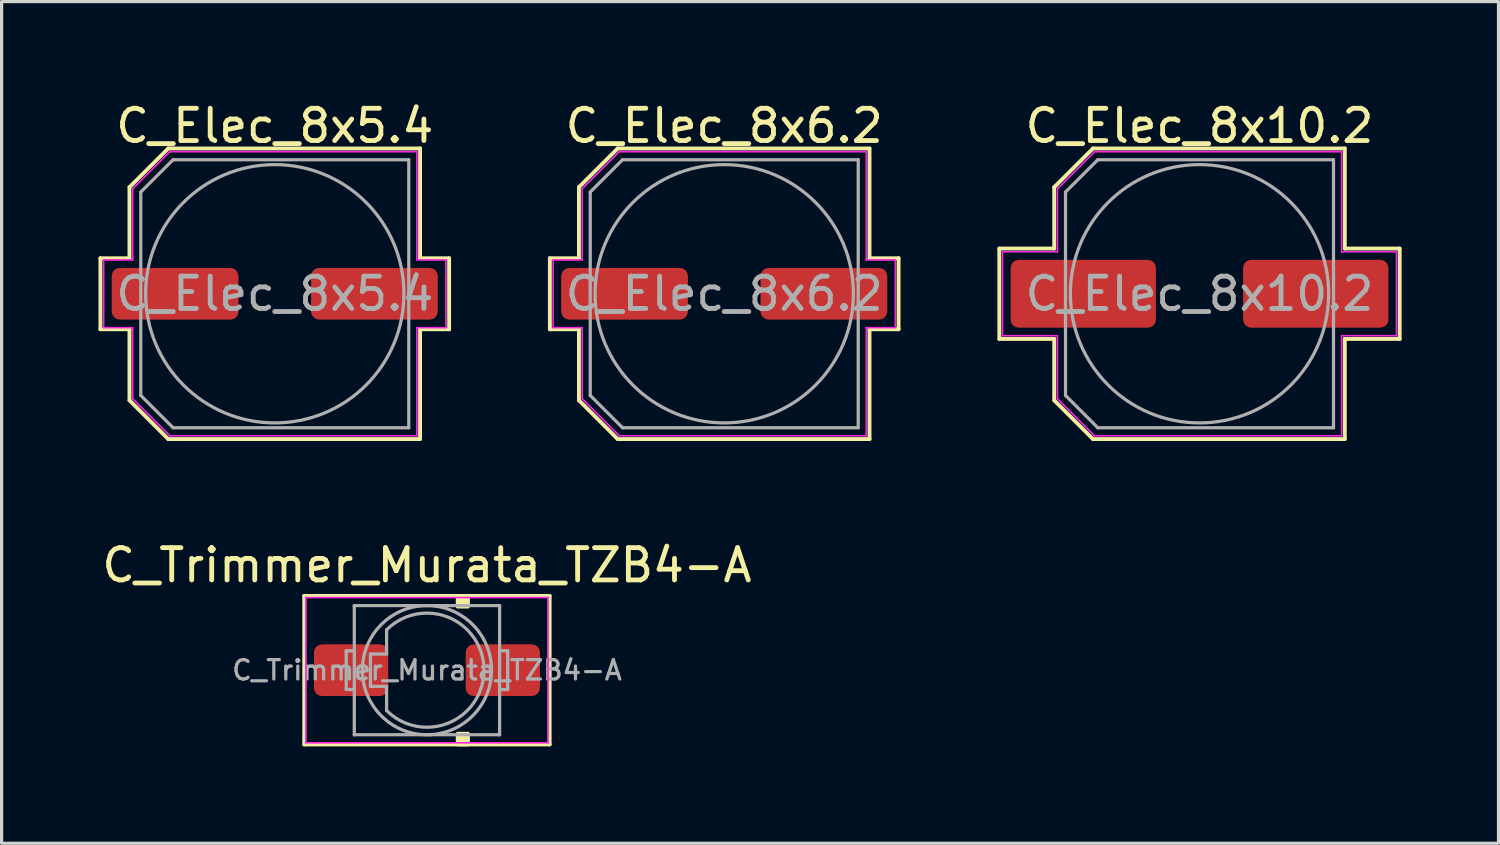
<source format=kicad_pcb>
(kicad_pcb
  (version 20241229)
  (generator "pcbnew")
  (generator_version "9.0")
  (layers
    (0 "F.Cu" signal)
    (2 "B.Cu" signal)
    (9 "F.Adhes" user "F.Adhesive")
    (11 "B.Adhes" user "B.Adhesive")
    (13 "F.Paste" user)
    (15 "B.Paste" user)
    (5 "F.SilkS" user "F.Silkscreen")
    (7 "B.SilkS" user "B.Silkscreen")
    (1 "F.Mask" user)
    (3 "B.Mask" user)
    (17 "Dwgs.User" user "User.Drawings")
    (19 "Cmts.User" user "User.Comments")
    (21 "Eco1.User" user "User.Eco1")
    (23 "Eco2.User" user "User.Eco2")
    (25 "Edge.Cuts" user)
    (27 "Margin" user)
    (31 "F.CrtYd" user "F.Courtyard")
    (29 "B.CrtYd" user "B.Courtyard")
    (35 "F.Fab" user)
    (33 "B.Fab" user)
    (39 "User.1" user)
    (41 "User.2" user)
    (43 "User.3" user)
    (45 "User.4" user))
  (footprint "C_Elec_8x5.4"
    (layer "F.Cu")
    (at 5.46 6.048)
    (property "Reference" "C_Elec_8x5.4" (at 0 -5.2 0) (layer "F.SilkS") (effects (font (size 1 1) (thickness 0.15))))
    (attr smd)
    (fp_line (start -5.4 -1.1) (end -5.4 1.1) (stroke (width 0.12) (type solid)) (layer "F.SilkS"))
    (fp_line (start -5.4 1.1) (end -4.5 1.1) (stroke (width 0.12) (type solid)) (layer "F.SilkS"))
    (fp_line (start -4.5 -3.3) (end -4.5 -1.1) (stroke (width 0.12) (type solid)) (layer "F.SilkS"))
    (fp_line (start -4.5 -1.1) (end -5.4 -1.1) (stroke (width 0.12) (type solid)) (layer "F.SilkS"))
    (fp_line (start -4.5 1.1) (end -4.5 3.3) (stroke (width 0.12) (type solid)) (layer "F.SilkS"))
    (fp_line (start -4.5 3.3) (end -3.3 4.5) (stroke (width 0.12) (type solid)) (layer "F.SilkS"))
    (fp_line (start -3.3 -4.5) (end -4.5 -3.3) (stroke (width 0.12) (type solid)) (layer "F.SilkS"))
    (fp_line (start -3.3 4.5) (end 4.5 4.5) (stroke (width 0.12) (type solid)) (layer "F.SilkS"))
    (fp_line (start 4.5 -4.5) (end -3.3 -4.5) (stroke (width 0.12) (type solid)) (layer "F.SilkS"))
    (fp_line (start 4.5 -1.1) (end 4.5 -4.5) (stroke (width 0.12) (type solid)) (layer "F.SilkS"))
    (fp_line (start 4.5 1.1) (end 5.4 1.1) (stroke (width 0.12) (type solid)) (layer "F.SilkS"))
    (fp_line (start 4.5 4.5) (end 4.5 1.1) (stroke (width 0.12) (type solid)) (layer "F.SilkS"))
    (fp_line (start 5.4 -1.1) (end 4.5 -1.1) (stroke (width 0.12) (type solid)) (layer "F.SilkS"))
    (fp_line (start 5.4 1.1) (end 5.4 -1.1) (stroke (width 0.12) (type solid)) (layer "F.SilkS"))
    (fp_line (start -5.3 -1.05) (end -5.3 1.05) (stroke (width 0.05) (type solid)) (layer "F.CrtYd"))
    (fp_line (start -5.3 1.05) (end -4.4 1.05) (stroke (width 0.05) (type solid)) (layer "F.CrtYd"))
    (fp_line (start -4.4 -3.25) (end -4.4 -1.05) (stroke (width 0.05) (type solid)) (layer "F.CrtYd"))
    (fp_line (start -4.4 -3.25) (end -3.25 -4.4) (stroke (width 0.05) (type solid)) (layer "F.CrtYd"))
    (fp_line (start -4.4 -1.05) (end -5.3 -1.05) (stroke (width 0.05) (type solid)) (layer "F.CrtYd"))
    (fp_line (start -4.4 1.05) (end -4.4 3.25) (stroke (width 0.05) (type solid)) (layer "F.CrtYd"))
    (fp_line (start -4.4 3.25) (end -3.25 4.4) (stroke (width 0.05) (type solid)) (layer "F.CrtYd"))
    (fp_line (start -3.25 -4.4) (end 4.4 -4.4) (stroke (width 0.05) (type solid)) (layer "F.CrtYd"))
    (fp_line (start -3.25 4.4) (end 4.4 4.4) (stroke (width 0.05) (type solid)) (layer "F.CrtYd"))
    (fp_line (start 4.4 -4.4) (end 4.4 -1.05) (stroke (width 0.05) (type solid)) (layer "F.CrtYd"))
    (fp_line (start 4.4 -1.05) (end 5.3 -1.05) (stroke (width 0.05) (type solid)) (layer "F.CrtYd"))
    (fp_line (start 4.4 1.05) (end 4.4 4.4) (stroke (width 0.05) (type solid)) (layer "F.CrtYd"))
    (fp_line (start 5.3 -1.05) (end 5.3 1.05) (stroke (width 0.05) (type solid)) (layer "F.CrtYd"))
    (fp_line (start 5.3 1.05) (end 4.4 1.05) (stroke (width 0.05) (type solid)) (layer "F.CrtYd"))
    (fp_line (start -4.15 -3.15) (end -4.15 3.15) (stroke (width 0.1) (type solid)) (layer "F.Fab"))
    (fp_line (start -4.15 -3.15) (end -3.15 -4.15) (stroke (width 0.1) (type solid)) (layer "F.Fab"))
    (fp_line (start -4.15 3.15) (end -3.15 4.15) (stroke (width 0.1) (type solid)) (layer "F.Fab"))
    (fp_line (start -3.15 -4.15) (end 4.15 -4.15) (stroke (width 0.1) (type solid)) (layer "F.Fab"))
    (fp_line (start -3.15 4.15) (end 4.15 4.15) (stroke (width 0.1) (type solid)) (layer "F.Fab"))
    (fp_line (start 4.15 -4.15) (end 4.15 4.15) (stroke (width 0.1) (type solid)) (layer "F.Fab"))
    (fp_circle (center 0 0) (end 4 0) (stroke (width 0.1) (type solid)) (fill no) (layer "F.Fab"))
    (fp_text user "${REFERENCE}" (at 0 0 0) (layer "F.Fab") (effects (font (size 1 1) (thickness 0.15))))
    (pad "1" smd roundrect (at -3.087 0) (size 3.925 1.6) (layers "F.Cu" "F.Mask" "F.Paste") (roundrect_rratio 0.156))
    (pad "2" smd roundrect (at 3.087 0) (size 3.925 1.6) (layers "F.Cu" "F.Mask" "F.Paste") (roundrect_rratio 0.156)))
  (footprint "C_Trimmer_Murata_TZB4-A"
    (layer "F.Cu")
    (at 10.173 17.706)
    (property "Reference" "C_Trimmer_Murata_TZB4-A" (at 0 -3.25 0) (layer "F.SilkS") (effects (font (size 1 1) (thickness 0.15))))
    (attr smd)
    (fp_line (start -3.8 -2.3) (end -3.8 2.3) (stroke (width 0.12) (type solid)) (layer "F.SilkS"))
    (fp_line (start -3.8 2.3) (end 3.8 2.3) (stroke (width 0.12) (type solid)) (layer "F.SilkS"))
    (fp_line (start 3.8 -2.3) (end -3.8 -2.3) (stroke (width 0.12) (type solid)) (layer "F.SilkS"))
    (fp_line (start 3.8 2.3) (end 3.8 -2.3) (stroke (width 0.12) (type solid)) (layer "F.SilkS"))
    (fp_rect (start 0.953 -2.3) (end 1.27 -1.968) (stroke (width 0.12) (type solid)) (fill yes) (layer "F.SilkS"))
    (fp_rect (start 0.953 1.968) (end 1.27 2.3) (stroke (width 0.12) (type solid)) (fill yes) (layer "F.SilkS"))
    (fp_line (start -3.75 -2.25) (end -3.75 2.25) (stroke (width 0.05) (type solid)) (layer "F.CrtYd"))
    (fp_line (start -3.75 2.25) (end 3.75 2.25) (stroke (width 0.05) (type solid)) (layer "F.CrtYd"))
    (fp_line (start 3.75 -2.25) (end -3.75 -2.25) (stroke (width 0.05) (type solid)) (layer "F.CrtYd"))
    (fp_line (start 3.75 2.25) (end 3.75 -2.25) (stroke (width 0.05) (type solid)) (layer "F.CrtYd"))
    (fp_line (start -2.5 -0.6) (end -2.5 0.6) (stroke (width 0.1) (type solid)) (layer "F.Fab"))
    (fp_line (start -2.5 0.6) (end -2.25 0.6) (stroke (width 0.1) (type solid)) (layer "F.Fab"))
    (fp_line (start -2.25 -2) (end -2.24 -2) (stroke (width 0.1) (type solid)) (layer "F.Fab"))
    (fp_line (start -2.25 -1.99) (end -2.25 -2) (stroke (width 0.1) (type solid)) (layer "F.Fab"))
    (fp_line (start -2.25 -0.6) (end -2.5 -0.6) (stroke (width 0.1) (type solid)) (layer "F.Fab"))
    (fp_line (start -2.25 1.99) (end -2.25 -1.99) (stroke (width 0.1) (type solid)) (layer "F.Fab"))
    (fp_line (start -2.25 2) (end -2.25 1.99) (stroke (width 0.1) (type solid)) (layer "F.Fab"))
    (fp_line (start -2.24 -2) (end 2.24 -2) (stroke (width 0.1) (type solid)) (layer "F.Fab"))
    (fp_line (start -2.24 2) (end -2.25 2) (stroke (width 0.1) (type solid)) (layer "F.Fab"))
    (fp_line (start -1.75 -0.5) (end -1.75 0.5) (stroke (width 0.1) (type solid)) (layer "F.Fab"))
    (fp_line (start -1.75 -0.5) (end -1.25 -0.5) (stroke (width 0.1) (type solid)) (layer "F.Fab"))
    (fp_line (start -1.75 0.5) (end -1.25 0.5) (stroke (width 0.1) (type solid)) (layer "F.Fab"))
    (fp_line (start -1.25 -0.5) (end -1.25 -1.25) (stroke (width 0.1) (type solid)) (layer "F.Fab"))
    (fp_line (start -1.25 0.5) (end -1.25 1.25) (stroke (width 0.1) (type solid)) (layer "F.Fab"))
    (fp_line (start 2.24 -2) (end 2.25 -2) (stroke (width 0.1) (type solid)) (layer "F.Fab"))
    (fp_line (start 2.24 2) (end -2.24 2) (stroke (width 0.1) (type solid)) (layer "F.Fab"))
    (fp_line (start 2.25 -2) (end 2.25 -1.99) (stroke (width 0.1) (type solid)) (layer "F.Fab"))
    (fp_line (start 2.25 -1.99) (end 2.25 1.99) (stroke (width 0.1) (type solid)) (layer "F.Fab"))
    (fp_line (start 2.25 -0.6) (end 2.5 -0.6) (stroke (width 0.1) (type solid)) (layer "F.Fab"))
    (fp_line (start 2.25 1.99) (end 2.25 2) (stroke (width 0.1) (type solid)) (layer "F.Fab"))
    (fp_line (start 2.25 2) (end 2.24 2) (stroke (width 0.1) (type solid)) (layer "F.Fab"))
    (fp_line (start 2.5 -0.6) (end 2.5 0.6) (stroke (width 0.1) (type solid)) (layer "F.Fab"))
    (fp_line (start 2.5 0.6) (end 2.25 0.6) (stroke (width 0.1) (type solid)) (layer "F.Fab"))
    (fp_arc (start -1.249999 -1.249999) (mid 1.767766 0) (end -1.249999 1.249999) (stroke (width 0.1) (type solid)) (layer "F.Fab"))
    (fp_circle (center 0 0) (end 2 0) (stroke (width 0.1) (type solid)) (fill no) (layer "F.Fab"))
    (fp_text user "${REFERENCE}" (at 0 0 0) (layer "F.Fab") (effects (font (size 0.6 0.6) (thickness 0.1))))
    (pad "1" smd roundrect (at -2.35 0) (size 2.3 1.6) (layers "F.Cu" "F.Mask" "F.Paste") (roundrect_rratio 0.156))
    (pad "2" smd roundrect (at 2.35 0) (size 2.3 1.6) (layers "F.Cu" "F.Mask" "F.Paste") (roundrect_rratio 0.156)))
  (footprint "C_Elec_8x6.2"
    (layer "F.Cu")
    (at 19.38 6.048)
    (property "Reference" "C_Elec_8x6.2" (at 0 -5.2 0) (layer "F.SilkS") (effects (font (size 1 1) (thickness 0.15))))
    (attr smd)
    (fp_line (start -5.4 -1.1) (end -5.4 1.1) (stroke (width 0.12) (type solid)) (layer "F.SilkS"))
    (fp_line (start -5.4 1.1) (end -4.5 1.1) (stroke (width 0.12) (type solid)) (layer "F.SilkS"))
    (fp_line (start -4.5 -3.3) (end -4.5 -1.1) (stroke (width 0.12) (type solid)) (layer "F.SilkS"))
    (fp_line (start -4.5 -1.1) (end -5.4 -1.1) (stroke (width 0.12) (type solid)) (layer "F.SilkS"))
    (fp_line (start -4.5 1.1) (end -4.5 3.3) (stroke (width 0.12) (type solid)) (layer "F.SilkS"))
    (fp_line (start -4.5 3.3) (end -3.3 4.5) (stroke (width 0.12) (type solid)) (layer "F.SilkS"))
    (fp_line (start -3.3 -4.5) (end -4.5 -3.3) (stroke (width 0.12) (type solid)) (layer "F.SilkS"))
    (fp_line (start -3.3 4.5) (end 4.5 4.5) (stroke (width 0.12) (type solid)) (layer "F.SilkS"))
    (fp_line (start 4.5 -4.5) (end -3.3 -4.5) (stroke (width 0.12) (type solid)) (layer "F.SilkS"))
    (fp_line (start 4.5 -1.1) (end 4.5 -4.5) (stroke (width 0.12) (type solid)) (layer "F.SilkS"))
    (fp_line (start 4.5 1.1) (end 5.4 1.1) (stroke (width 0.12) (type solid)) (layer "F.SilkS"))
    (fp_line (start 4.5 4.5) (end 4.5 1.1) (stroke (width 0.12) (type solid)) (layer "F.SilkS"))
    (fp_line (start 5.4 -1.1) (end 4.5 -1.1) (stroke (width 0.12) (type solid)) (layer "F.SilkS"))
    (fp_line (start 5.4 1.1) (end 5.4 -1.1) (stroke (width 0.12) (type solid)) (layer "F.SilkS"))
    (fp_line (start -5.3 -1.05) (end -5.3 1.05) (stroke (width 0.05) (type solid)) (layer "F.CrtYd"))
    (fp_line (start -5.3 1.05) (end -4.4 1.05) (stroke (width 0.05) (type solid)) (layer "F.CrtYd"))
    (fp_line (start -4.4 -3.25) (end -4.4 -1.05) (stroke (width 0.05) (type solid)) (layer "F.CrtYd"))
    (fp_line (start -4.4 -3.25) (end -3.25 -4.4) (stroke (width 0.05) (type solid)) (layer "F.CrtYd"))
    (fp_line (start -4.4 -1.05) (end -5.3 -1.05) (stroke (width 0.05) (type solid)) (layer "F.CrtYd"))
    (fp_line (start -4.4 1.05) (end -4.4 3.25) (stroke (width 0.05) (type solid)) (layer "F.CrtYd"))
    (fp_line (start -4.4 3.25) (end -3.25 4.4) (stroke (width 0.05) (type solid)) (layer "F.CrtYd"))
    (fp_line (start -3.25 -4.4) (end 4.4 -4.4) (stroke (width 0.05) (type solid)) (layer "F.CrtYd"))
    (fp_line (start -3.25 4.4) (end 4.4 4.4) (stroke (width 0.05) (type solid)) (layer "F.CrtYd"))
    (fp_line (start 4.4 -4.4) (end 4.4 -1.05) (stroke (width 0.05) (type solid)) (layer "F.CrtYd"))
    (fp_line (start 4.4 -1.05) (end 5.3 -1.05) (stroke (width 0.05) (type solid)) (layer "F.CrtYd"))
    (fp_line (start 4.4 1.05) (end 4.4 4.4) (stroke (width 0.05) (type solid)) (layer "F.CrtYd"))
    (fp_line (start 5.3 -1.05) (end 5.3 1.05) (stroke (width 0.05) (type solid)) (layer "F.CrtYd"))
    (fp_line (start 5.3 1.05) (end 4.4 1.05) (stroke (width 0.05) (type solid)) (layer "F.CrtYd"))
    (fp_line (start -4.15 -3.15) (end -4.15 3.15) (stroke (width 0.1) (type solid)) (layer "F.Fab"))
    (fp_line (start -4.15 -3.15) (end -3.15 -4.15) (stroke (width 0.1) (type solid)) (layer "F.Fab"))
    (fp_line (start -4.15 3.15) (end -3.15 4.15) (stroke (width 0.1) (type solid)) (layer "F.Fab"))
    (fp_line (start -3.15 -4.15) (end 4.15 -4.15) (stroke (width 0.1) (type solid)) (layer "F.Fab"))
    (fp_line (start -3.15 4.15) (end 4.15 4.15) (stroke (width 0.1) (type solid)) (layer "F.Fab"))
    (fp_line (start 4.15 -4.15) (end 4.15 4.15) (stroke (width 0.1) (type solid)) (layer "F.Fab"))
    (fp_circle (center 0 0) (end 4 0) (stroke (width 0.1) (type solid)) (fill no) (layer "F.Fab"))
    (fp_text user "${REFERENCE}" (at 0 0 0) (layer "F.Fab") (effects (font (size 1 1) (thickness 0.15))))
    (pad "1" smd roundrect (at -3.087 0) (size 3.925 1.6) (layers "F.Cu" "F.Mask" "F.Paste") (roundrect_rratio 0.156))
    (pad "2" smd roundrect (at 3.087 0) (size 3.925 1.6) (layers "F.Cu" "F.Mask" "F.Paste") (roundrect_rratio 0.156)))
  (footprint "C_Elec_8x10.2"
    (layer "F.Cu")
    (at 34.1 6.048)
    (property "Reference" "C_Elec_8x10.2" (at 0 -5.2 0) (layer "F.SilkS") (effects (font (size 1 1) (thickness 0.15))))
    (attr smd)
    (fp_line (start -6.2 -1.4) (end -6.2 1.4) (stroke (width 0.12) (type solid)) (layer "F.SilkS"))
    (fp_line (start -6.2 1.4) (end -4.5 1.4) (stroke (width 0.12) (type solid)) (layer "F.SilkS"))
    (fp_line (start -4.5 -3.3) (end -4.5 -1.4) (stroke (width 0.12) (type solid)) (layer "F.SilkS"))
    (fp_line (start -4.5 -1.4) (end -6.2 -1.4) (stroke (width 0.12) (type solid)) (layer "F.SilkS"))
    (fp_line (start -4.5 1.4) (end -4.5 3.3) (stroke (width 0.12) (type solid)) (layer "F.SilkS"))
    (fp_line (start -4.5 3.3) (end -3.3 4.5) (stroke (width 0.12) (type solid)) (layer "F.SilkS"))
    (fp_line (start -3.3 -4.5) (end -4.5 -3.3) (stroke (width 0.12) (type solid)) (layer "F.SilkS"))
    (fp_line (start -3.3 4.5) (end 4.5 4.5) (stroke (width 0.12) (type solid)) (layer "F.SilkS"))
    (fp_line (start 4.5 -4.5) (end -3.3 -4.5) (stroke (width 0.12) (type solid)) (layer "F.SilkS"))
    (fp_line (start 4.5 -1.4) (end 4.5 -4.5) (stroke (width 0.12) (type solid)) (layer "F.SilkS"))
    (fp_line (start 4.5 1.4) (end 6.2 1.4) (stroke (width 0.12) (type solid)) (layer "F.SilkS"))
    (fp_line (start 4.5 4.5) (end 4.5 1.4) (stroke (width 0.12) (type solid)) (layer "F.SilkS"))
    (fp_line (start 6.2 -1.4) (end 4.5 -1.4) (stroke (width 0.12) (type solid)) (layer "F.SilkS"))
    (fp_line (start 6.2 1.4) (end 6.2 -1.4) (stroke (width 0.12) (type solid)) (layer "F.SilkS"))
    (fp_line (start -6.1 -1.3) (end -6.1 1.3) (stroke (width 0.05) (type solid)) (layer "F.CrtYd"))
    (fp_line (start -6.1 1.3) (end -4.4 1.3) (stroke (width 0.05) (type solid)) (layer "F.CrtYd"))
    (fp_line (start -4.4 -3.25) (end -4.4 -1.3) (stroke (width 0.05) (type solid)) (layer "F.CrtYd"))
    (fp_line (start -4.4 -3.25) (end -3.25 -4.4) (stroke (width 0.05) (type solid)) (layer "F.CrtYd"))
    (fp_line (start -4.4 -1.3) (end -6.1 -1.3) (stroke (width 0.05) (type solid)) (layer "F.CrtYd"))
    (fp_line (start -4.4 1.3) (end -4.4 3.25) (stroke (width 0.05) (type solid)) (layer "F.CrtYd"))
    (fp_line (start -4.4 3.25) (end -3.25 4.4) (stroke (width 0.05) (type solid)) (layer "F.CrtYd"))
    (fp_line (start -3.25 -4.4) (end 4.4 -4.4) (stroke (width 0.05) (type solid)) (layer "F.CrtYd"))
    (fp_line (start -3.25 4.4) (end 4.4 4.4) (stroke (width 0.05) (type solid)) (layer "F.CrtYd"))
    (fp_line (start 4.4 -4.4) (end 4.4 -1.3) (stroke (width 0.05) (type solid)) (layer "F.CrtYd"))
    (fp_line (start 4.4 -1.3) (end 6.1 -1.3) (stroke (width 0.05) (type solid)) (layer "F.CrtYd"))
    (fp_line (start 4.4 1.3) (end 4.4 4.4) (stroke (width 0.05) (type solid)) (layer "F.CrtYd"))
    (fp_line (start 6.1 -1.3) (end 6.1 1.3) (stroke (width 0.05) (type solid)) (layer "F.CrtYd"))
    (fp_line (start 6.1 1.3) (end 4.4 1.3) (stroke (width 0.05) (type solid)) (layer "F.CrtYd"))
    (fp_line (start -4.15 -3.15) (end -4.15 3.15) (stroke (width 0.1) (type solid)) (layer "F.Fab"))
    (fp_line (start -4.15 -3.15) (end -3.15 -4.15) (stroke (width 0.1) (type solid)) (layer "F.Fab"))
    (fp_line (start -4.15 3.15) (end -3.15 4.15) (stroke (width 0.1) (type solid)) (layer "F.Fab"))
    (fp_line (start -3.15 -4.15) (end 4.15 -4.15) (stroke (width 0.1) (type solid)) (layer "F.Fab"))
    (fp_line (start -3.15 4.15) (end 4.15 4.15) (stroke (width 0.1) (type solid)) (layer "F.Fab"))
    (fp_line (start 4.15 -4.15) (end 4.15 4.15) (stroke (width 0.1) (type solid)) (layer "F.Fab"))
    (fp_circle (center 0 0) (end 4 0) (stroke (width 0.1) (type solid)) (fill no) (layer "F.Fab"))
    (fp_text user "${REFERENCE}" (at 0 0 0) (layer "F.Fab") (effects (font (size 1 1) (thickness 0.15))))
    (pad "1" smd roundrect (at -3.6 0) (size 4.5 2.1) (layers "F.Cu" "F.Mask" "F.Paste") (roundrect_rratio 0.119))
    (pad "2" smd roundrect (at 3.6 0) (size 4.5 2.1) (layers "F.Cu" "F.Mask" "F.Paste") (roundrect_rratio 0.119)))
  (gr_rect
    (start -3 -3)
    (end 43.36 23.067)
    (stroke (width 0.1) (type default))
    (fill no)
    (layer "Edge.Cuts")))
</source>
